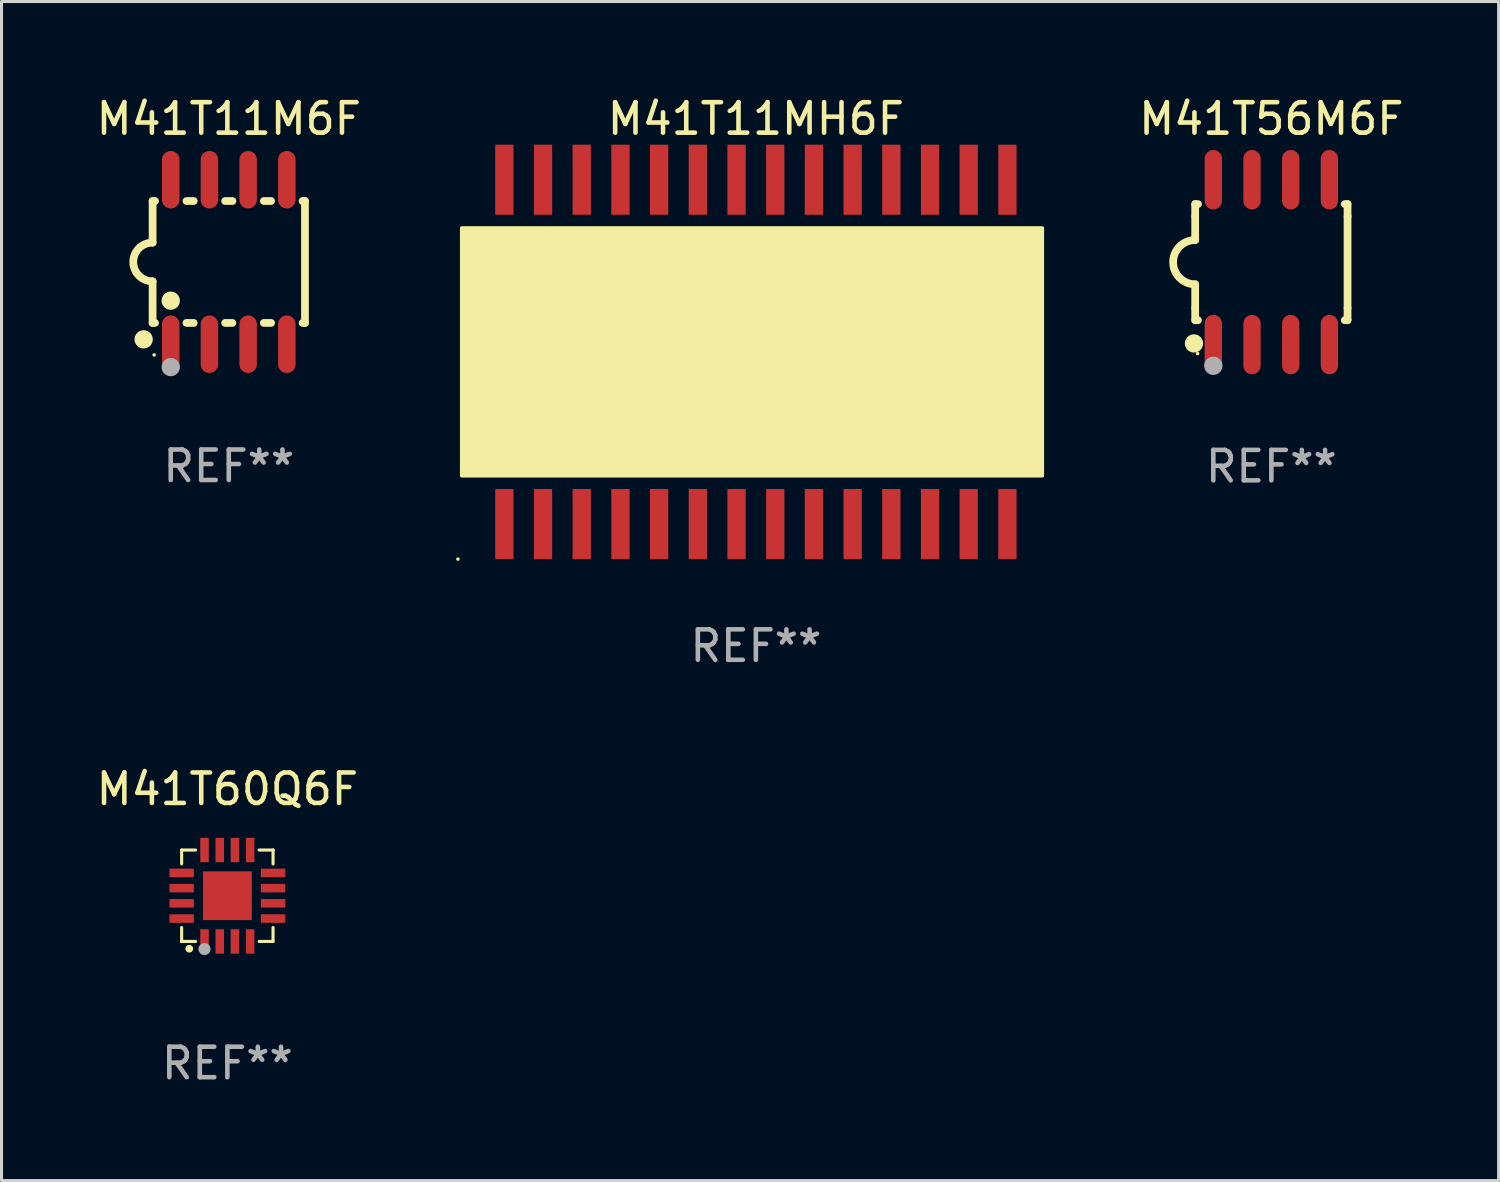
<source format=kicad_pcb>
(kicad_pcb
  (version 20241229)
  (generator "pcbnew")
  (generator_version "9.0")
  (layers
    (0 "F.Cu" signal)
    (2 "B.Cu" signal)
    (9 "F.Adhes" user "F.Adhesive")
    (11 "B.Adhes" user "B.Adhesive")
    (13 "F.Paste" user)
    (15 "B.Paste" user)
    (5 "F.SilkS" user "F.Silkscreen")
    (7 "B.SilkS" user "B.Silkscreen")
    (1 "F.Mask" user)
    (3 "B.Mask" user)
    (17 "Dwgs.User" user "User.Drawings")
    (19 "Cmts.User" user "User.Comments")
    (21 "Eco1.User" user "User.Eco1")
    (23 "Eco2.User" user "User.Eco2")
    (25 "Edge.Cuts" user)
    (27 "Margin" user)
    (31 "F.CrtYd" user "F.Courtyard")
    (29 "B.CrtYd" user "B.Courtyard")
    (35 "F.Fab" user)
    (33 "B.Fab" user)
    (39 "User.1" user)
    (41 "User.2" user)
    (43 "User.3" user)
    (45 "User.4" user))
  (footprint "M41T11M6F"
    (layer "F.Cu")
    (at 4.458 5.547)
    (property "Reference" "M41T11M6F" (at 0 -4.699 0) (layer "F.SilkS") (effects (font (size 1 1) (thickness 0.15))))
    (attr through_hole)
    (fp_line (start -2.5 -2) (end -2.5 -0.635) (stroke (width 0.254) (type solid)) (layer "F.SilkS"))
    (fp_line (start -2.5 -2) (end -2.421 -2) (stroke (width 0.254) (type solid)) (layer "F.SilkS"))
    (fp_line (start -2.5 2) (end -2.5 0.635) (stroke (width 0.254) (type solid)) (layer "F.SilkS"))
    (fp_line (start -2.5 2) (end -2.421 2) (stroke (width 0.254) (type solid)) (layer "F.SilkS"))
    (fp_line (start -1.389 -2) (end -1.151 -2) (stroke (width 0.254) (type solid)) (layer "F.SilkS"))
    (fp_line (start -1.389 2) (end -1.151 2) (stroke (width 0.254) (type solid)) (layer "F.SilkS"))
    (fp_line (start -0.119 -2) (end 0.119 -2) (stroke (width 0.254) (type solid)) (layer "F.SilkS"))
    (fp_line (start -0.119 2) (end 0.119 2) (stroke (width 0.254) (type solid)) (layer "F.SilkS"))
    (fp_line (start 1.151 -2) (end 1.389 -2) (stroke (width 0.254) (type solid)) (layer "F.SilkS"))
    (fp_line (start 1.151 2) (end 1.389 2) (stroke (width 0.254) (type solid)) (layer "F.SilkS"))
    (fp_line (start 2.421 -2) (end 2.5 -2) (stroke (width 0.254) (type solid)) (layer "F.SilkS"))
    (fp_line (start 2.421 2) (end 2.5 2) (stroke (width 0.254) (type solid)) (layer "F.SilkS"))
    (fp_line (start 2.5 -2) (end 2.5 2) (stroke (width 0.254) (type solid)) (layer "F.SilkS"))
    (fp_arc (start -2.5 0.635001) (mid -3.134366 -0.000318) (end -2.499365 -0.635001) (stroke (width 0.254001) (type solid)) (layer "F.SilkS"))
    (fp_circle (center -2.794 2.54) (end -2.644 2.54) (stroke (width 0.3) (type solid)) (fill no) (layer "F.SilkS"))
    (fp_circle (center -2.45 3.05) (end -2.42 3.05) (stroke (width 0.06) (type solid)) (fill no) (layer "F.SilkS"))
    (fp_circle (center -1.905 1.27) (end -1.755 1.27) (stroke (width 0.3) (type solid)) (fill no) (layer "F.SilkS"))
    (fp_circle (center -1.905 3.45) (end -1.755 3.45) (stroke (width 0.3) (type solid)) (fill no) (layer "F.Fab"))
    (fp_text user "REF**" (at 0 6.699 0) (layer "F.Fab") (effects (font (size 1 1) (thickness 0.15))))
    (pad "1" smd oval (at -1.905 2.699) (size 0.574 1.888) (layers "F.Cu" "F.Mask" "F.Paste"))
    (pad "2" smd oval (at -0.635 2.699) (size 0.574 1.888) (layers "F.Cu" "F.Mask" "F.Paste"))
    (pad "3" smd oval (at 0.635 2.699) (size 0.574 1.888) (layers "F.Cu" "F.Mask" "F.Paste"))
    (pad "4" smd oval (at 1.905 2.699) (size 0.574 1.888) (layers "F.Cu" "F.Mask" "F.Paste"))
    (pad "5" smd oval (at 1.905 -2.699) (size 0.574 1.888) (layers "F.Cu" "F.Mask" "F.Paste"))
    (pad "6" smd oval (at 0.635 -2.699) (size 0.574 1.888) (layers "F.Cu" "F.Mask" "F.Paste"))
    (pad "7" smd oval (at -0.635 -2.699) (size 0.574 1.888) (layers "F.Cu" "F.Mask" "F.Paste"))
    (pad "8" smd oval (at -1.905 -2.699) (size 0.574 1.888) (layers "F.Cu" "F.Mask" "F.Paste")))
  (footprint "M41T56M6F"
    (layer "F.Cu")
    (at 38.672 5.553)
    (property "Reference" "M41T56M6F" (at 0 -4.705 0) (layer "F.SilkS") (effects (font (size 1 1) (thickness 0.15))))
    (attr through_hole)
    (fp_line (start -2.5 -1.905) (end -2.409 -1.905) (stroke (width 0.254) (type solid)) (layer "F.SilkS"))
    (fp_line (start -2.5 -1.5) (end -2.5 -1.905) (stroke (width 0.254) (type solid)) (layer "F.SilkS"))
    (fp_line (start -2.5 -1.5) (end -2.5 -0.726) (stroke (width 0.254) (type solid)) (layer "F.SilkS"))
    (fp_line (start -2.5 1.5) (end -2.5 0.727) (stroke (width 0.254) (type solid)) (layer "F.SilkS"))
    (fp_line (start -2.5 1.5) (end -2.5 1.905) (stroke (width 0.254) (type solid)) (layer "F.SilkS"))
    (fp_line (start -2.5 1.905) (end -2.409 1.905) (stroke (width 0.254) (type solid)) (layer "F.SilkS"))
    (fp_line (start 2.5 -1.905) (end 2.409 -1.905) (stroke (width 0.254) (type solid)) (layer "F.SilkS"))
    (fp_line (start 2.5 -1.5) (end 2.5 -1.905) (stroke (width 0.254) (type solid)) (layer "F.SilkS"))
    (fp_line (start 2.5 -1.5) (end 2.5 1.5) (stroke (width 0.254) (type solid)) (layer "F.SilkS"))
    (fp_line (start 2.5 1.5) (end 2.5 1.905) (stroke (width 0.254) (type solid)) (layer "F.SilkS"))
    (fp_line (start 2.5 1.905) (end 2.409 1.905) (stroke (width 0.254) (type solid)) (layer "F.SilkS"))
    (fp_arc (start -2.5 0.726568) (mid -3.220316 -0.0023) (end -2.495097 -0.726289) (stroke (width 0.254001) (type solid)) (layer "F.SilkS"))
    (fp_circle (center -2.54 2.667) (end -2.39 2.667) (stroke (width 0.3) (type solid)) (fill no) (layer "F.SilkS"))
    (fp_circle (center -2.42 3) (end -2.39 3) (stroke (width 0.06) (type solid)) (fill no) (layer "F.SilkS"))
    (fp_circle (center -1.905 3.4) (end -1.755 3.4) (stroke (width 0.3) (type solid)) (fill no) (layer "F.Fab"))
    (fp_text user "REF**" (at 0 6.705 0) (layer "F.Fab") (effects (font (size 1 1) (thickness 0.15))))
    (pad "1" smd oval (at -1.905 2.705) (size 0.568 1.95) (layers "F.Cu" "F.Mask" "F.Paste"))
    (pad "2" smd oval (at -0.635 2.705) (size 0.568 1.95) (layers "F.Cu" "F.Mask" "F.Paste"))
    (pad "3" smd oval (at 0.635 2.705) (size 0.568 1.95) (layers "F.Cu" "F.Mask" "F.Paste"))
    (pad "4" smd oval (at 1.905 2.705) (size 0.568 1.95) (layers "F.Cu" "F.Mask" "F.Paste"))
    (pad "5" smd oval (at 1.905 -2.705) (size 0.568 1.95) (layers "F.Cu" "F.Mask" "F.Paste"))
    (pad "6" smd oval (at 0.635 -2.705) (size 0.568 1.95) (layers "F.Cu" "F.Mask" "F.Paste"))
    (pad "7" smd oval (at -0.635 -2.705) (size 0.568 1.95) (layers "F.Cu" "F.Mask" "F.Paste"))
    (pad "8" smd oval (at -1.905 -2.705) (size 0.568 1.95) (layers "F.Cu" "F.Mask" "F.Paste")))
  (footprint "M41T11MH6F"
    (layer "F.Cu")
    (at 21.756 8.498)
    (property "Reference" "M41T11MH6F" (at 0 -7.65 0) (layer "F.SilkS") (effects (font (size 1 1) (thickness 0.15))))
    (attr through_hole)
    (fp_circle (center -9.779 6.8) (end -9.749 6.8) (stroke (width 0.06) (type solid)) (fill no) (layer "F.SilkS"))
    (fp_circle (center -8.636 3.175) (end -8.352 3.175) (stroke (width 0.254) (type solid)) (fill no) (layer "F.SilkS"))
    (fp_poly (pts (xy -9.652 -4.064) (xy 9.398 -4.064) (xy 9.398 4.064) (xy -9.652 4.064)) (stroke (width 0.12) (type solid)) (fill yes) (layer "F.SilkS"))
    (fp_text user "REF**" (at 0 9.65 0) (layer "F.Fab") (effects (font (size 1 1) (thickness 0.15))))
    (pad "1" smd rect (at -8.255 5.65) (size 0.6 2.3) (layers "F.Cu" "F.Mask" "F.Paste"))
    (pad "2" smd rect (at -6.985 5.65) (size 0.6 2.3) (layers "F.Cu" "F.Mask" "F.Paste"))
    (pad "3" smd rect (at -5.715 5.65) (size 0.6 2.3) (layers "F.Cu" "F.Mask" "F.Paste"))
    (pad "4" smd rect (at -4.445 5.65) (size 0.6 2.3) (layers "F.Cu" "F.Mask" "F.Paste"))
    (pad "5" smd rect (at -3.175 5.65) (size 0.6 2.3) (layers "F.Cu" "F.Mask" "F.Paste"))
    (pad "6" smd rect (at -1.905 5.65) (size 0.6 2.3) (layers "F.Cu" "F.Mask" "F.Paste"))
    (pad "7" smd rect (at -0.635 5.65) (size 0.6 2.3) (layers "F.Cu" "F.Mask" "F.Paste"))
    (pad "8" smd rect (at 0.635 5.65) (size 0.6 2.3) (layers "F.Cu" "F.Mask" "F.Paste"))
    (pad "9" smd rect (at 1.905 5.65) (size 0.6 2.3) (layers "F.Cu" "F.Mask" "F.Paste"))
    (pad "10" smd rect (at 3.175 5.65) (size 0.6 2.3) (layers "F.Cu" "F.Mask" "F.Paste"))
    (pad "11" smd rect (at 4.445 5.65) (size 0.6 2.3) (layers "F.Cu" "F.Mask" "F.Paste"))
    (pad "12" smd rect (at 5.715 5.65) (size 0.6 2.3) (layers "F.Cu" "F.Mask" "F.Paste"))
    (pad "13" smd rect (at 6.985 5.65) (size 0.6 2.3) (layers "F.Cu" "F.Mask" "F.Paste"))
    (pad "14" smd rect (at 8.255 5.65) (size 0.6 2.3) (layers "F.Cu" "F.Mask" "F.Paste"))
    (pad "15" smd rect (at 8.255 -5.65) (size 0.6 2.3) (layers "F.Cu" "F.Mask" "F.Paste"))
    (pad "16" smd rect (at 6.985 -5.65) (size 0.6 2.3) (layers "F.Cu" "F.Mask" "F.Paste"))
    (pad "17" smd rect (at 5.715 -5.65) (size 0.6 2.3) (layers "F.Cu" "F.Mask" "F.Paste"))
    (pad "18" smd rect (at 4.445 -5.65) (size 0.6 2.3) (layers "F.Cu" "F.Mask" "F.Paste"))
    (pad "19" smd rect (at 3.175 -5.65) (size 0.6 2.3) (layers "F.Cu" "F.Mask" "F.Paste"))
    (pad "20" smd rect (at 1.905 -5.65) (size 0.6 2.3) (layers "F.Cu" "F.Mask" "F.Paste"))
    (pad "21" smd rect (at 0.635 -5.65) (size 0.6 2.3) (layers "F.Cu" "F.Mask" "F.Paste"))
    (pad "22" smd rect (at -0.635 -5.65) (size 0.6 2.3) (layers "F.Cu" "F.Mask" "F.Paste"))
    (pad "23" smd rect (at -1.905 -5.65) (size 0.6 2.3) (layers "F.Cu" "F.Mask" "F.Paste"))
    (pad "24" smd rect (at -3.175 -5.65) (size 0.6 2.3) (layers "F.Cu" "F.Mask" "F.Paste"))
    (pad "25" smd rect (at -4.445 -5.65) (size 0.6 2.3) (layers "F.Cu" "F.Mask" "F.Paste"))
    (pad "26" smd rect (at -5.715 -5.65) (size 0.6 2.3) (layers "F.Cu" "F.Mask" "F.Paste"))
    (pad "27" smd rect (at -6.985 -5.65) (size 0.6 2.3) (layers "F.Cu" "F.Mask" "F.Paste"))
    (pad "28" smd rect (at -8.255 -5.65) (size 0.6 2.3) (layers "F.Cu" "F.Mask" "F.Paste")))
  (footprint "M41T60Q6F"
    (layer "F.Cu")
    (at 4.411 26.345)
    (property "Reference" "M41T60Q6F" (at 0 -3.5 0) (layer "F.SilkS") (effects (font (size 1 1) (thickness 0.15))))
    (attr through_hole)
    (fp_line (start -1.5 -1.5) (end -1.5 -1.044) (stroke (width 0.102) (type solid)) (layer "F.SilkS"))
    (fp_line (start -1.5 -1.5) (end -1.044 -1.5) (stroke (width 0.102) (type solid)) (layer "F.SilkS"))
    (fp_line (start -1.5 1.044) (end -1.5 1.5) (stroke (width 0.102) (type solid)) (layer "F.SilkS"))
    (fp_line (start -1.5 1.5) (end -1.044 1.5) (stroke (width 0.102) (type solid)) (layer "F.SilkS"))
    (fp_line (start 1.044 -1.5) (end 1.5 -1.5) (stroke (width 0.102) (type solid)) (layer "F.SilkS"))
    (fp_line (start 1.044 1.5) (end 1.5 1.5) (stroke (width 0.102) (type solid)) (layer "F.SilkS"))
    (fp_line (start 1.5 -1.044) (end 1.5 -1.5) (stroke (width 0.102) (type solid)) (layer "F.SilkS"))
    (fp_line (start 1.5 1.5) (end 1.5 1.044) (stroke (width 0.102) (type solid)) (layer "F.SilkS"))
    (fp_arc (start -1.251384 1.74003) (mid -1.250114 1.739959) (end -1.248844 1.74003) (stroke (width 0.25) (type solid)) (layer "F.SilkS"))
    (fp_circle (center -1.5 1.5) (end -1.47 1.5) (stroke (width 0.06) (type solid)) (fill no) (layer "F.SilkS"))
    (fp_circle (center -0.75 1.75) (end -0.65 1.75) (stroke (width 0.2) (type solid)) (fill no) (layer "F.Fab"))
    (fp_text user "REF**" (at 0 5.5 0) (layer "F.Fab") (effects (font (size 1 1) (thickness 0.15))))
    (pad "1" smd rect (at -0.749 1.5) (size 0.28 0.8) (layers "F.Cu" "F.Mask" "F.Paste"))
    (pad "2" smd rect (at -0.249 1.5) (size 0.28 0.8) (layers "F.Cu" "F.Mask" "F.Paste"))
    (pad "3" smd rect (at 0.249 1.5) (size 0.28 0.8) (layers "F.Cu" "F.Mask" "F.Paste"))
    (pad "4" smd rect (at 0.749 1.5) (size 0.28 0.8) (layers "F.Cu" "F.Mask" "F.Paste"))
    (pad "5" smd rect (at 1.5 0.749) (size 0.8 0.28) (layers "F.Cu" "F.Mask" "F.Paste"))
    (pad "6" smd rect (at 1.5 0.249) (size 0.8 0.28) (layers "F.Cu" "F.Mask" "F.Paste"))
    (pad "7" smd rect (at 1.5 -0.249) (size 0.8 0.28) (layers "F.Cu" "F.Mask" "F.Paste"))
    (pad "8" smd rect (at 1.5 -0.749) (size 0.8 0.28) (layers "F.Cu" "F.Mask" "F.Paste"))
    (pad "9" smd rect (at 0.749 -1.5) (size 0.28 0.8) (layers "F.Cu" "F.Mask" "F.Paste"))
    (pad "10" smd rect (at 0.249 -1.5) (size 0.28 0.8) (layers "F.Cu" "F.Mask" "F.Paste"))
    (pad "11" smd rect (at -0.249 -1.5) (size 0.28 0.8) (layers "F.Cu" "F.Mask" "F.Paste"))
    (pad "12" smd rect (at -0.749 -1.5) (size 0.28 0.8) (layers "F.Cu" "F.Mask" "F.Paste"))
    (pad "13" smd rect (at -1.5 -0.749) (size 0.8 0.28) (layers "F.Cu" "F.Mask" "F.Paste"))
    (pad "14" smd rect (at -1.5 -0.249) (size 0.8 0.28) (layers "F.Cu" "F.Mask" "F.Paste"))
    (pad "15" smd rect (at -1.5 0.249) (size 0.8 0.28) (layers "F.Cu" "F.Mask" "F.Paste"))
    (pad "16" smd rect (at -1.5 0.749) (size 0.8 0.28) (layers "F.Cu" "F.Mask" "F.Paste"))
    (pad "17" smd rect (at 0 0.000152 90) (size 1.6 1.6) (layers "F.Cu" "F.Mask" "F.Paste")))
  (gr_rect
    (start -3 -3)
    (end 46.13 35.693)
    (stroke (width 0.1) (type default))
    (fill no)
    (layer "Edge.Cuts")))
</source>
